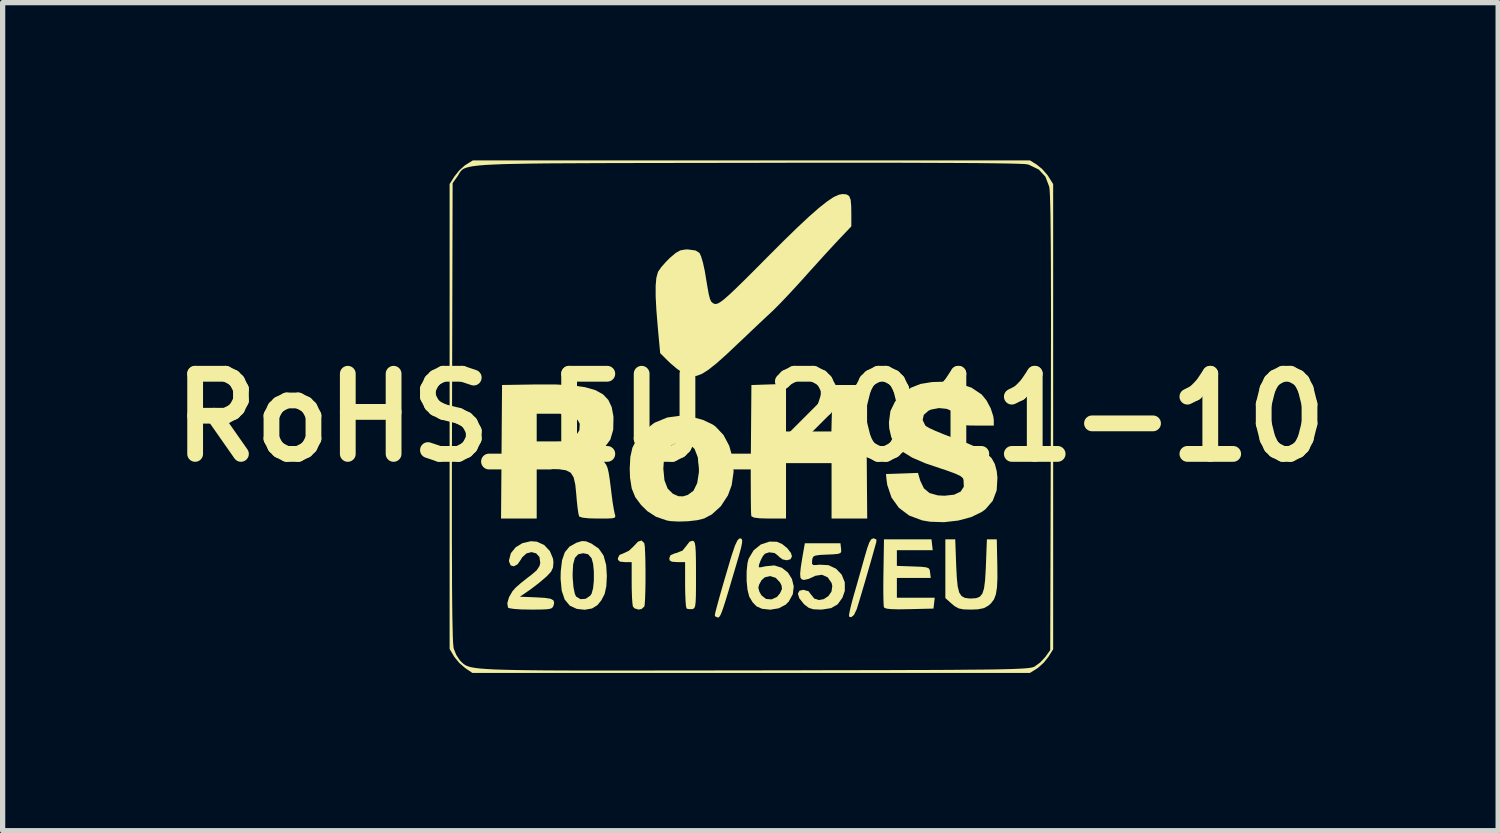
<source format=kicad_pcb>
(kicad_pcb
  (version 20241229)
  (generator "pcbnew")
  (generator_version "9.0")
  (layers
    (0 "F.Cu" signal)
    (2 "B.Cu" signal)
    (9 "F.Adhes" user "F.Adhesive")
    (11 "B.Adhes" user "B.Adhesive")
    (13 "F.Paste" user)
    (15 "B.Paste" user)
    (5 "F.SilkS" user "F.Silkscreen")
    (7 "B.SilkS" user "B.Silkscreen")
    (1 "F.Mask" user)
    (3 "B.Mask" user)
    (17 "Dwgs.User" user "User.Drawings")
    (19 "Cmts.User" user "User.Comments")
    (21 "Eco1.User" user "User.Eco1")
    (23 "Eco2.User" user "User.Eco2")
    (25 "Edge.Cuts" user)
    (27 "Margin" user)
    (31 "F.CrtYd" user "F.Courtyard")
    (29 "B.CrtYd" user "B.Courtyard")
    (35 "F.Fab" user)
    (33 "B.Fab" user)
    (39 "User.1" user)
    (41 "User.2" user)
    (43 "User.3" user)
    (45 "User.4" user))
  (footprint "RoHS_EU_2011-10"
    (layer "F.Cu")
    (at 11.22 4.892)
    (property "Reference" "RoHS_EU_2011-10" (at 0 0 0) (layer "F.SilkS") (effects (font (size 1.524 1.524) (thickness 0.3))))
    (attr board_only exclude_from_pos_files exclude_from_bom)
    (fp_poly (pts (xy 0.677 0.263) (xy 1.54 0.263) (xy 1.551 -0.179) (xy 1.562 -0.621) (xy 2.201 -0.621) (xy 2.221 1.919) (xy 1.543 1.919) (xy 1.543 0.865) (xy 0.677 0.865) (xy 0.677 1.919) (xy 0.356 1.919) (xy 0.177 1.914) (xy 0.066 1.9) (xy 0.019 1.875) (xy 0.017 1.872) (xy 0.013 1.824) (xy 0.01 1.71) (xy 0.008 1.539) (xy 0.007 1.322) (xy 0.006 1.066) (xy 0.008 0.781) (xy 0.009 0.602) (xy 0.019 -0.621) (xy 0.348 -0.632) (xy 0.677 -0.643)) (stroke (width 0) (type solid)) (fill yes) (layer "F.SilkS"))
    (fp_poly (pts (xy 2.395 2.316) (xy 2.395 2.361) (xy 2.35 2.522) (xy 2.296 2.714) (xy 2.236 2.921) (xy 2.176 3.129) (xy 2.119 3.321) (xy 2.071 3.483) (xy 2.035 3.6) (xy 2.02 3.647) (xy 1.969 3.752) (xy 1.915 3.796) (xy 1.875 3.782) (xy 1.877 3.74) (xy 1.897 3.641) (xy 1.931 3.502) (xy 1.966 3.377) (xy 2.027 3.165) (xy 2.093 2.931) (xy 2.154 2.715) (xy 2.174 2.643) (xy 2.223 2.477) (xy 2.261 2.372) (xy 2.296 2.315) (xy 2.333 2.296) (xy 2.342 2.295)) (stroke (width 0) (type solid)) (fill yes) (layer "F.SilkS"))
    (fp_poly (pts (xy -0.173 2.301) (xy -0.157 2.327) (xy -0.159 2.383) (xy -0.179 2.48) (xy -0.22 2.63) (xy -0.266 2.787) (xy -0.354 3.084) (xy -0.423 3.317) (xy -0.477 3.493) (xy -0.518 3.621) (xy -0.549 3.707) (xy -0.573 3.76) (xy -0.592 3.788) (xy -0.61 3.799) (xy -0.622 3.801) (xy -0.671 3.778) (xy -0.677 3.759) (xy -0.667 3.705) (xy -0.637 3.589) (xy -0.591 3.421) (xy -0.531 3.21) (xy -0.46 2.967) (xy -0.381 2.7) (xy -0.352 2.606) (xy -0.294 2.434) (xy -0.244 2.329) (xy -0.205 2.295)) (stroke (width 0) (type solid)) (fill yes) (layer "F.SilkS"))
    (fp_poly (pts (xy 3.455 2.418) (xy 3.467 2.521) (xy 2.785 2.521) (xy 2.785 2.819) (xy 3.095 2.83) (xy 3.247 2.836) (xy 3.34 2.846) (xy 3.389 2.864) (xy 3.41 2.897) (xy 3.417 2.945) (xy 3.429 3.048) (xy 2.785 3.048) (xy 2.785 3.424) (xy 3.505 3.424) (xy 3.493 3.528) (xy 3.481 3.631) (xy 3.019 3.642) (xy 2.814 3.645) (xy 2.673 3.641) (xy 2.587 3.631) (xy 2.545 3.613) (xy 2.538 3.603) (xy 2.533 3.55) (xy 2.529 3.436) (xy 2.527 3.274) (xy 2.528 3.078) (xy 2.53 2.934) (xy 2.54 2.314) (xy 3.443 2.314)) (stroke (width 0) (type solid)) (fill yes) (layer "F.SilkS"))
    (fp_poly (pts (xy -2.02 2.385) (xy -2.017 2.393) (xy -2.008 2.454) (xy -2.002 2.573) (xy -1.997 2.733) (xy -1.995 2.918) (xy -1.995 3.108) (xy -1.998 3.288) (xy -2.003 3.441) (xy -2.01 3.549) (xy -2.017 3.591) (xy -2.069 3.638) (xy -2.126 3.65) (xy -2.203 3.627) (xy -2.235 3.591) (xy -2.244 3.529) (xy -2.252 3.412) (xy -2.257 3.257) (xy -2.258 3.139) (xy -2.258 2.747) (xy -2.389 2.747) (xy -2.481 2.738) (xy -2.517 2.705) (xy -2.521 2.675) (xy -2.49 2.611) (xy -2.409 2.578) (xy -2.309 2.53) (xy -2.221 2.447) (xy -2.218 2.443) (xy -2.137 2.357) (xy -2.069 2.337)) (stroke (width 0) (type solid)) (fill yes) (layer "F.SilkS"))
    (fp_poly (pts (xy -1.075 2.352) (xy -1.058 2.383) (xy -1.047 2.443) (xy -1.04 2.545) (xy -1.036 2.696) (xy -1.035 2.91) (xy -1.035 2.992) (xy -1.035 3.225) (xy -1.037 3.394) (xy -1.042 3.508) (xy -1.051 3.58) (xy -1.066 3.619) (xy -1.087 3.636) (xy -1.112 3.642) (xy -1.186 3.64) (xy -1.215 3.627) (xy -1.226 3.58) (xy -1.234 3.475) (xy -1.24 3.327) (xy -1.242 3.173) (xy -1.242 2.747) (xy -1.392 2.747) (xy -1.491 2.74) (xy -1.535 2.715) (xy -1.543 2.673) (xy -1.52 2.616) (xy -1.441 2.582) (xy -1.41 2.575) (xy -1.291 2.528) (xy -1.219 2.439) (xy -1.157 2.358) (xy -1.098 2.341)) (stroke (width 0) (type solid)) (fill yes) (layer "F.SilkS"))
    (fp_poly (pts (xy 3.913 2.812) (xy 3.925 3.044) (xy 3.942 3.211) (xy 3.97 3.324) (xy 4.014 3.392) (xy 4.077 3.427) (xy 4.164 3.439) (xy 4.196 3.439) (xy 4.292 3.433) (xy 4.361 3.406) (xy 4.41 3.348) (xy 4.442 3.249) (xy 4.462 3.099) (xy 4.475 2.887) (xy 4.478 2.812) (xy 4.497 2.314) (xy 4.685 2.314) (xy 4.695 2.802) (xy 4.697 3.045) (xy 4.689 3.226) (xy 4.668 3.359) (xy 4.632 3.456) (xy 4.576 3.53) (xy 4.524 3.576) (xy 4.441 3.622) (xy 4.327 3.645) (xy 4.191 3.65) (xy 4.052 3.646) (xy 3.958 3.627) (xy 3.883 3.585) (xy 3.829 3.54) (xy 3.707 3.431) (xy 3.707 2.314) (xy 3.895 2.314)) (stroke (width 0) (type solid)) (fill yes) (layer "F.SilkS"))
    (fp_poly (pts (xy -3.125 2.352) (xy -3.024 2.394) (xy -3.023 2.395) (xy -2.884 2.49) (xy -2.792 2.623) (xy -2.743 2.802) (xy -2.73 3.01) (xy -2.74 3.206) (xy -2.772 3.353) (xy -2.835 3.474) (xy -2.909 3.565) (xy -3.012 3.629) (xy -3.152 3.653) (xy -3.3 3.637) (xy -3.427 3.58) (xy -3.437 3.573) (xy -3.532 3.458) (xy -3.589 3.289) (xy -3.61 3.061) (xy -3.608 2.972) (xy -3.381 2.972) (xy -3.379 3.052) (xy -3.365 3.225) (xy -3.339 3.35) (xy -3.315 3.402) (xy -3.231 3.452) (xy -3.133 3.445) (xy -3.047 3.387) (xy -3.021 3.349) (xy -2.992 3.245) (xy -2.977 3.096) (xy -2.977 2.932) (xy -2.991 2.782) (xy -3.02 2.675) (xy -3.021 2.672) (xy -3.088 2.597) (xy -3.18 2.578) (xy -3.274 2.598) (xy -3.337 2.666) (xy -3.371 2.788) (xy -3.381 2.972) (xy -3.608 2.972) (xy -3.607 2.923) (xy -3.582 2.712) (xy -3.529 2.559) (xy -3.44 2.452) (xy -3.308 2.379) (xy -3.3 2.376) (xy -3.204 2.347)) (stroke (width 0) (type solid)) (fill yes) (layer "F.SilkS"))
    (fp_poly (pts (xy -4.063 2.358) (xy -3.923 2.421) (xy -3.814 2.537) (xy -3.753 2.683) (xy -3.746 2.752) (xy -3.754 2.851) (xy -3.79 2.928) (xy -3.868 3.012) (xy -3.901 3.042) (xy -4.028 3.149) (xy -4.168 3.256) (xy -4.22 3.293) (xy -4.384 3.405) (xy -4.083 3.417) (xy -3.91 3.427) (xy -3.801 3.444) (xy -3.745 3.475) (xy -3.732 3.523) (xy -3.743 3.571) (xy -3.759 3.606) (xy -3.79 3.629) (xy -3.85 3.642) (xy -3.953 3.648) (xy -4.113 3.65) (xy -4.177 3.65) (xy -4.358 3.647) (xy -4.5 3.637) (xy -4.588 3.623) (xy -4.61 3.612) (xy -4.623 3.528) (xy -4.591 3.416) (xy -4.525 3.301) (xy -4.465 3.233) (xy -4.362 3.143) (xy -4.236 3.043) (xy -4.177 2.999) (xy -4.066 2.905) (xy -4.01 2.82) (xy -3.996 2.761) (xy -4.012 2.65) (xy -4.074 2.581) (xy -4.162 2.557) (xy -4.257 2.581) (xy -4.34 2.656) (xy -4.365 2.699) (xy -4.428 2.789) (xy -4.498 2.827) (xy -4.558 2.811) (xy -4.589 2.74) (xy -4.591 2.714) (xy -4.556 2.579) (xy -4.464 2.465) (xy -4.332 2.385) (xy -4.175 2.35)) (stroke (width 0) (type solid)) (fill yes) (layer "F.SilkS"))
    (fp_poly (pts (xy -1.111 -0.015) (xy -0.898 0.045) (xy -0.715 0.132) (xy -0.667 0.166) (xy -0.513 0.328) (xy -0.402 0.537) (xy -0.336 0.777) (xy -0.32 1.031) (xy -0.356 1.283) (xy -0.427 1.477) (xy -0.562 1.684) (xy -0.735 1.841) (xy -0.881 1.918) (xy -1.011 1.95) (xy -1.183 1.97) (xy -1.365 1.976) (xy -1.525 1.967) (xy -1.591 1.955) (xy -1.795 1.885) (xy -1.96 1.778) (xy -2.079 1.661) (xy -2.189 1.513) (xy -2.257 1.347) (xy -2.289 1.143) (xy -2.295 0.978) (xy -2.295 0.972) (xy -1.656 0.972) (xy -1.635 1.19) (xy -1.574 1.349) (xy -1.475 1.447) (xy -1.473 1.448) (xy -1.369 1.494) (xy -1.281 1.497) (xy -1.19 1.469) (xy -1.082 1.389) (xy -1.012 1.245) (xy -0.98 1.041) (xy -0.979 0.971) (xy -1 0.756) (xy -1.061 0.597) (xy -1.161 0.499) (xy -1.233 0.472) (xy -1.387 0.47) (xy -1.51 0.533) (xy -1.598 0.656) (xy -1.647 0.835) (xy -1.656 0.972) (xy -2.295 0.972) (xy -2.284 0.75) (xy -2.244 0.572) (xy -2.169 0.422) (xy -2.05 0.275) (xy -2.039 0.264) (xy -1.828 0.099) (xy -1.581 -0.003) (xy -1.318 -0.038)) (stroke (width 0) (type solid)) (fill yes) (layer "F.SilkS"))
    (fp_poly (pts (xy 1.724 2.491) (xy 1.727 2.544) (xy 1.712 2.575) (xy 1.662 2.591) (xy 1.563 2.6) (xy 1.46 2.604) (xy 1.319 2.611) (xy 1.236 2.623) (xy 1.194 2.645) (xy 1.178 2.685) (xy 1.174 2.715) (xy 1.171 2.779) (xy 1.198 2.804) (xy 1.273 2.801) (xy 1.309 2.796) (xy 1.484 2.805) (xy 1.629 2.873) (xy 1.736 2.986) (xy 1.795 3.132) (xy 1.795 3.295) (xy 1.75 3.424) (xy 1.659 3.55) (xy 1.535 3.622) (xy 1.365 3.649) (xy 1.325 3.65) (xy 1.195 3.644) (xy 1.108 3.616) (xy 1.03 3.557) (xy 1.013 3.54) (xy 0.929 3.434) (xy 0.903 3.348) (xy 0.933 3.291) (xy 1.007 3.274) (xy 1.105 3.301) (xy 1.148 3.358) (xy 1.215 3.441) (xy 1.304 3.469) (xy 1.399 3.449) (xy 1.484 3.392) (xy 1.542 3.307) (xy 1.557 3.201) (xy 1.543 3.142) (xy 1.468 3.035) (xy 1.36 2.988) (xy 1.236 3.007) (xy 1.206 3.022) (xy 1.106 3.067) (xy 1.02 3.086) (xy 0.976 3.076) (xy 0.951 3.041) (xy 0.946 2.967) (xy 0.958 2.845) (xy 0.987 2.662) (xy 0.992 2.634) (xy 1.035 2.389) (xy 1.712 2.389)) (stroke (width 0) (type solid)) (fill yes) (layer "F.SilkS"))
    (fp_poly (pts (xy 0.502 2.36) (xy 0.604 2.404) (xy 0.701 2.483) (xy 0.771 2.574) (xy 0.79 2.639) (xy 0.762 2.693) (xy 0.693 2.712) (xy 0.612 2.696) (xy 0.544 2.646) (xy 0.536 2.634) (xy 0.459 2.574) (xy 0.355 2.561) (xy 0.275 2.588) (xy 0.236 2.635) (xy 0.195 2.714) (xy 0.165 2.793) (xy 0.159 2.843) (xy 0.161 2.846) (xy 0.202 2.845) (xy 0.284 2.827) (xy 0.289 2.826) (xy 0.455 2.81) (xy 0.598 2.855) (xy 0.713 2.945) (xy 0.79 3.069) (xy 0.824 3.211) (xy 0.806 3.358) (xy 0.73 3.496) (xy 0.672 3.555) (xy 0.54 3.625) (xy 0.379 3.652) (xy 0.221 3.635) (xy 0.117 3.589) (xy 0.042 3.511) (xy -0.021 3.406) (xy -0.023 3.402) (xy -0.055 3.275) (xy -0.059 3.236) (xy 0.151 3.236) (xy 0.171 3.31) (xy 0.211 3.38) (xy 0.297 3.448) (xy 0.403 3.456) (xy 0.504 3.41) (xy 0.563 3.34) (xy 0.6 3.258) (xy 0.592 3.191) (xy 0.563 3.133) (xy 0.481 3.046) (xy 0.376 3.013) (xy 0.273 3.036) (xy 0.211 3.092) (xy 0.165 3.176) (xy 0.151 3.236) (xy -0.059 3.236) (xy -0.072 3.106) (xy -0.072 2.926) (xy -0.056 2.766) (xy -0.035 2.684) (xy 0.06 2.524) (xy 0.198 2.412) (xy 0.363 2.357)) (stroke (width 0) (type solid)) (fill yes) (layer "F.SilkS"))
    (fp_poly (pts (xy -3.706 -0.631) (xy -3.393 -0.614) (xy -3.143 -0.579) (xy -2.948 -0.523) (xy -2.803 -0.443) (xy -2.702 -0.337) (xy -2.638 -0.201) (xy -2.607 -0.035) (xy -2.604 -0.004) (xy -2.609 0.231) (xy -2.664 0.418) (xy -2.772 0.564) (xy -2.805 0.594) (xy -2.933 0.699) (xy -2.822 0.803) (xy -2.776 0.849) (xy -2.742 0.897) (xy -2.716 0.959) (xy -2.695 1.05) (xy -2.674 1.183) (xy -2.65 1.373) (xy -2.641 1.449) (xy -2.621 1.603) (xy -2.599 1.736) (xy -2.581 1.825) (xy -2.578 1.834) (xy -2.568 1.874) (xy -2.578 1.899) (xy -2.621 1.913) (xy -2.712 1.918) (xy -2.862 1.919) (xy -2.891 1.919) (xy -3.066 1.915) (xy -3.19 1.902) (xy -3.253 1.882) (xy -3.257 1.878) (xy -3.271 1.824) (xy -3.287 1.714) (xy -3.303 1.566) (xy -3.31 1.476) (xy -3.33 1.274) (xy -3.362 1.135) (xy -3.417 1.048) (xy -3.506 1.001) (xy -3.641 0.981) (xy -3.786 0.978) (xy -4.064 0.978) (xy -4.064 1.919) (xy -4.742 1.919) (xy -4.731 0.452) (xy -4.064 0.452) (xy -3.742 0.452) (xy -3.582 0.45) (xy -3.477 0.44) (xy -3.408 0.42) (xy -3.354 0.384) (xy -3.329 0.359) (xy -3.253 0.241) (xy -3.245 0.118) (xy -3.306 0.006) (xy -3.311 0) (xy -3.359 -0.037) (xy -3.424 -0.06) (xy -3.523 -0.071) (xy -3.675 -0.075) (xy -3.725 -0.075) (xy -4.064 -0.075) (xy -4.064 0.452) (xy -4.731 0.452) (xy -4.723 -0.621) (xy -4.087 -0.631)) (stroke (width 0) (type solid)) (fill yes) (layer "F.SilkS"))
    (fp_poly (pts (xy 1.829 -4.245) (xy 1.878 -4.213) (xy 1.906 -4.143) (xy 1.917 -4.022) (xy 1.919 -3.885) (xy 1.919 -3.637) (xy 1.684 -3.39) (xy 1.575 -3.273) (xy 1.431 -3.117) (xy 1.269 -2.938) (xy 1.102 -2.754) (xy 1.026 -2.668) (xy 0.868 -2.494) (xy 0.71 -2.324) (xy 0.566 -2.173) (xy 0.451 -2.057) (xy 0.405 -2.013) (xy 0.306 -1.921) (xy 0.169 -1.792) (xy 0.008 -1.64) (xy -0.16 -1.48) (xy -0.226 -1.418) (xy -0.456 -1.201) (xy -0.643 -1.034) (xy -0.794 -0.914) (xy -0.917 -0.835) (xy -1.021 -0.795) (xy -1.114 -0.788) (xy -1.204 -0.811) (xy -1.298 -0.859) (xy -1.306 -0.864) (xy -1.406 -0.936) (xy -1.52 -1.033) (xy -1.571 -1.082) (xy -1.716 -1.226) (xy -1.761 -1.714) (xy -1.788 -2.043) (xy -1.802 -2.306) (xy -1.802 -2.508) (xy -1.789 -2.657) (xy -1.761 -2.76) (xy -1.753 -2.779) (xy -1.696 -2.861) (xy -1.604 -2.965) (xy -1.528 -3.041) (xy -1.42 -3.132) (xy -1.335 -3.18) (xy -1.243 -3.197) (xy -1.192 -3.199) (xy -1.044 -3.179) (xy -0.969 -3.133) (xy -0.938 -3.067) (xy -0.902 -2.945) (xy -0.867 -2.785) (xy -0.85 -2.683) (xy -0.817 -2.484) (xy -0.792 -2.346) (xy -0.769 -2.258) (xy -0.745 -2.206) (xy -0.715 -2.179) (xy -0.69 -2.166) (xy -0.659 -2.161) (xy -0.621 -2.17) (xy -0.57 -2.199) (xy -0.5 -2.252) (xy -0.406 -2.334) (xy -0.282 -2.451) (xy -0.122 -2.607) (xy 0.079 -2.807) (xy 0.32 -3.05) (xy 0.631 -3.361) (xy 0.896 -3.619) (xy 1.12 -3.828) (xy 1.306 -3.991) (xy 1.458 -4.111) (xy 1.58 -4.193) (xy 1.678 -4.238) (xy 1.751 -4.252)) (stroke (width 0) (type solid)) (fill yes) (layer "F.SilkS"))
    (fp_poly (pts (xy 3.953 -0.654) (xy 4.203 -0.571) (xy 4.398 -0.44) (xy 4.491 -0.325) (xy 4.57 -0.176) (xy 4.619 -0.025) (xy 4.628 0.047) (xy 4.628 0.151) (xy 4.309 0.151) (xy 4.152 0.149) (xy 4.056 0.141) (xy 4.006 0.125) (xy 3.989 0.098) (xy 3.988 0.085) (xy 3.952 -0.027) (xy 3.861 -0.113) (xy 3.733 -0.167) (xy 3.585 -0.182) (xy 3.434 -0.153) (xy 3.385 -0.131) (xy 3.297 -0.053) (xy 3.275 0.044) (xy 3.322 0.143) (xy 3.341 0.162) (xy 3.401 0.198) (xy 3.516 0.251) (xy 3.671 0.315) (xy 3.85 0.383) (xy 3.875 0.392) (xy 4.14 0.493) (xy 4.341 0.584) (xy 4.487 0.674) (xy 4.587 0.771) (xy 4.649 0.883) (xy 4.684 1.018) (xy 4.697 1.142) (xy 4.683 1.383) (xy 4.608 1.581) (xy 4.471 1.741) (xy 4.402 1.792) (xy 4.199 1.891) (xy 3.951 1.957) (xy 3.681 1.988) (xy 3.414 1.979) (xy 3.263 1.953) (xy 3.018 1.861) (xy 2.823 1.714) (xy 2.683 1.519) (xy 2.602 1.279) (xy 2.589 1.185) (xy 2.578 1.072) (xy 2.882 1.062) (xy 3.186 1.051) (xy 3.231 1.203) (xy 3.299 1.344) (xy 3.406 1.434) (xy 3.562 1.478) (xy 3.691 1.485) (xy 3.874 1.465) (xy 3.997 1.407) (xy 4.058 1.313) (xy 4.053 1.188) (xy 4.041 1.151) (xy 3.994 1.111) (xy 3.885 1.06) (xy 3.723 1.001) (xy 3.637 0.973) (xy 3.321 0.866) (xy 3.074 0.759) (xy 2.889 0.644) (xy 2.76 0.518) (xy 2.679 0.373) (xy 2.64 0.205) (xy 2.634 0.09) (xy 2.662 -0.124) (xy 2.75 -0.305) (xy 2.892 -0.457) (xy 3.054 -0.57) (xy 3.235 -0.641) (xy 3.454 -0.677) (xy 3.658 -0.683)) (stroke (width 0) (type solid)) (fill yes) (layer "F.SilkS"))
    (fp_poly (pts (xy 5.445 -4.812) (xy 5.549 -4.727) (xy 5.647 -4.615) (xy 5.666 -4.587) (xy 5.757 -4.442) (xy 5.757 4.404) (xy 5.666 4.549) (xy 5.577 4.661) (xy 5.47 4.757) (xy 5.445 4.774) (xy 5.316 4.854) (xy -5.288 4.854) (xy -5.424 4.762) (xy -5.533 4.668) (xy -5.627 4.554) (xy -5.64 4.534) (xy -5.72 4.398) (xy -5.72 1.84) (xy -5.677 1.84) (xy -5.677 2.353) (xy -5.675 2.801) (xy -5.674 3.188) (xy -5.671 3.516) (xy -5.668 3.788) (xy -5.663 4.006) (xy -5.659 4.174) (xy -5.653 4.293) (xy -5.646 4.367) (xy -5.642 4.391) (xy -5.594 4.511) (xy -5.528 4.612) (xy -5.512 4.629) (xy -5.486 4.655) (xy -5.461 4.678) (xy -5.434 4.698) (xy -5.401 4.717) (xy -5.358 4.733) (xy -5.302 4.748) (xy -5.229 4.76) (xy -5.135 4.771) (xy -5.016 4.78) (xy -4.869 4.788) (xy -4.69 4.794) (xy -4.475 4.799) (xy -4.22 4.803) (xy -3.922 4.806) (xy -3.577 4.808) (xy -3.18 4.809) (xy -2.73 4.809) (xy -2.22 4.809) (xy -1.649 4.808) (xy -1.012 4.808) (xy -0.305 4.806) (xy 0.075 4.806) (xy 0.808 4.805) (xy 1.469 4.803) (xy 2.062 4.802) (xy 2.592 4.801) (xy 3.061 4.799) (xy 3.474 4.798) (xy 3.834 4.796) (xy 4.145 4.793) (xy 4.41 4.791) (xy 4.635 4.788) (xy 4.821 4.784) (xy 4.974 4.78) (xy 5.096 4.775) (xy 5.192 4.77) (xy 5.265 4.764) (xy 5.32 4.757) (xy 5.359 4.75) (xy 5.387 4.741) (xy 5.406 4.732) (xy 5.51 4.656) (xy 5.605 4.555) (xy 5.613 4.544) (xy 5.701 4.421) (xy 5.713 0.113) (xy 5.714 -0.619) (xy 5.715 -1.279) (xy 5.716 -1.868) (xy 5.715 -2.389) (xy 5.714 -2.844) (xy 5.712 -3.235) (xy 5.709 -3.566) (xy 5.706 -3.838) (xy 5.701 -4.055) (xy 5.696 -4.217) (xy 5.69 -4.328) (xy 5.683 -4.39) (xy 5.682 -4.392) (xy 5.61 -4.581) (xy 5.484 -4.718) (xy 5.3 -4.807) (xy 5.269 -4.816) (xy 5.211 -4.823) (xy 5.083 -4.828) (xy 4.887 -4.833) (xy 4.621 -4.837) (xy 4.284 -4.841) (xy 3.877 -4.843) (xy 3.397 -4.845) (xy 2.846 -4.847) (xy 2.222 -4.848) (xy 1.525 -4.848) (xy 0.753 -4.847) (xy -0.063 -4.845) (xy -0.803 -4.844) (xy -1.472 -4.843) (xy -2.073 -4.842) (xy -2.609 -4.841) (xy -3.086 -4.839) (xy -3.506 -4.837) (xy -3.873 -4.835) (xy -4.19 -4.831) (xy -4.463 -4.826) (xy -4.694 -4.821) (xy -4.886 -4.813) (xy -5.045 -4.805) (xy -5.173 -4.794) (xy -5.274 -4.782) (xy -5.352 -4.767) (xy -5.411 -4.751) (xy -5.455 -4.732) (xy -5.486 -4.71) (xy -5.51 -4.685) (xy -5.529 -4.657) (xy -5.547 -4.627) (xy -5.568 -4.592) (xy -5.576 -4.582) (xy -5.663 -4.459) (xy -5.674 -0.113) (xy -5.676 0.61) (xy -5.677 1.26) (xy -5.677 1.84) (xy -5.72 1.84) (xy -5.72 -4.442) (xy -5.628 -4.587) (xy -5.539 -4.699) (xy -5.433 -4.795) (xy -5.407 -4.812) (xy -5.278 -4.892) (xy 5.316 -4.892)) (stroke (width 0) (type solid)) (fill yes) (layer "F.SilkS")))
  (gr_rect
    (start -3 -3)
    (end 25.439 12.746)
    (stroke (width 0.1) (type default))
    (fill no)
    (layer "Edge.Cuts")))
</source>
